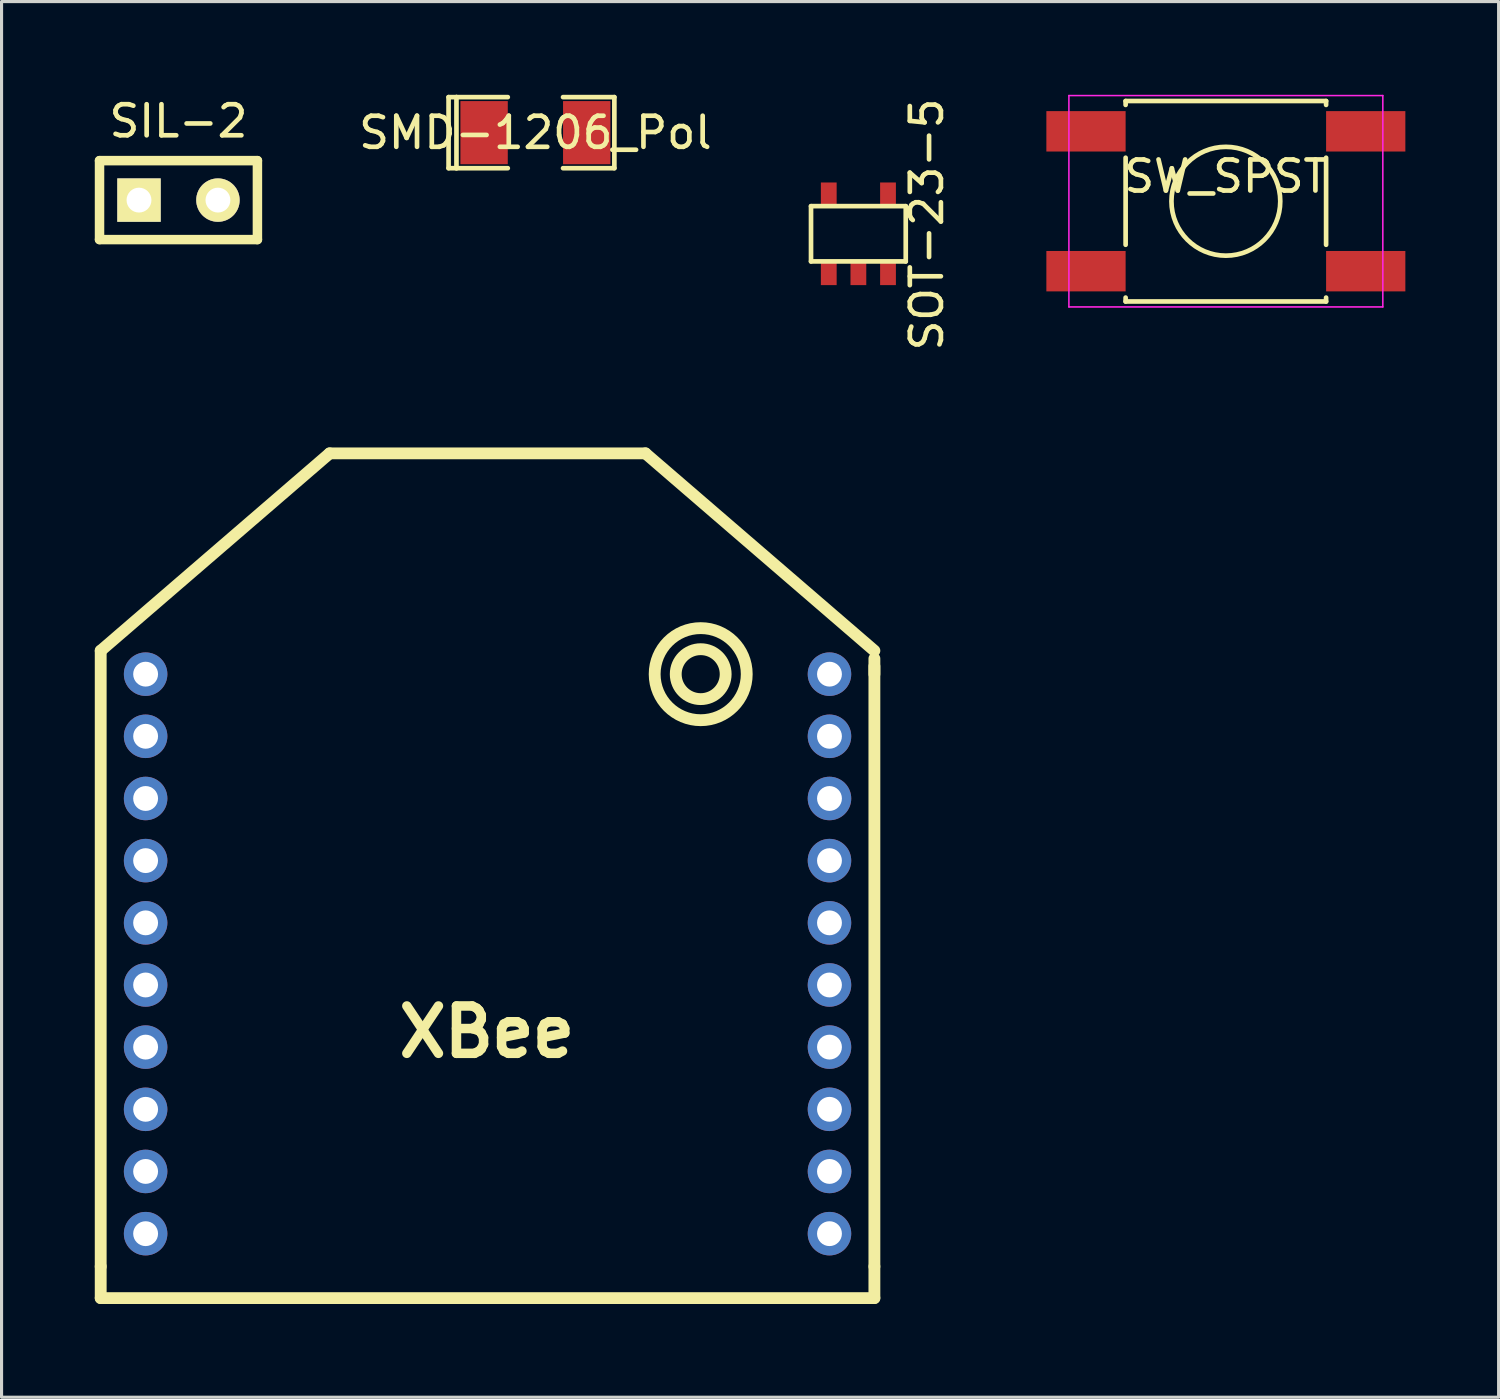
<source format=kicad_pcb>
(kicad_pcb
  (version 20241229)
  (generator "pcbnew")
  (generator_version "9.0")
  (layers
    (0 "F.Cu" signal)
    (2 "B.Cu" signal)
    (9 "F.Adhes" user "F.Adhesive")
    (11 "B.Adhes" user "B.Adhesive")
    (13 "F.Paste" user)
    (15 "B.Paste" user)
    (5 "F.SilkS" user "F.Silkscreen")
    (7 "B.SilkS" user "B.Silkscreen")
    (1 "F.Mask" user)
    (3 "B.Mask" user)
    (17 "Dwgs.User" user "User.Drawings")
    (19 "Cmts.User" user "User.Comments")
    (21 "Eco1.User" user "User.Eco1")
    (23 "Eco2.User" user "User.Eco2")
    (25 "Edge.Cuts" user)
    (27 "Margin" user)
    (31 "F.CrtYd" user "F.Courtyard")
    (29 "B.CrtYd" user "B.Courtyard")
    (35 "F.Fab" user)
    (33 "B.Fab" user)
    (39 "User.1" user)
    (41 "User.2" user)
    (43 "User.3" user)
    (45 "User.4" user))
  (footprint "XBee"
    (layer "F.Cu")
    (at 12.636 18.64)
    (property "Reference" "XBee" (at -0.02 11.51 0) (layer "F.SilkS") (effects (font (size 1.524 1.524) (thickness 0.305))))
    (attr through_hole)
    (fp_line (start -12.446 -0.754) (end -5.08 -7.104) (stroke (width 0.381) (type solid)) (layer "F.SilkS"))
    (fp_line (start -12.446 19.058) (end -12.446 -0.754) (stroke (width 0.381) (type solid)) (layer "F.SilkS"))
    (fp_line (start -12.446 19.058) (end -12.446 20.074) (stroke (width 0.381) (type solid)) (layer "F.SilkS"))
    (fp_line (start -12.446 20.074) (end 12.446 20.074) (stroke (width 0.381) (type solid)) (layer "F.SilkS"))
    (fp_line (start -5.08 -7.104) (end 5.08 -7.104) (stroke (width 0.381) (type solid)) (layer "F.SilkS"))
    (fp_line (start 12.446 -0.754) (end 5.08 -7.104) (stroke (width 0.381) (type solid)) (layer "F.SilkS"))
    (fp_line (start 12.446 0) (end 12.446 -0.254) (stroke (width 0.381) (type solid)) (layer "F.SilkS"))
    (fp_line (start 12.446 19.058) (end 12.446 -0.5) (stroke (width 0.381) (type solid)) (layer "F.SilkS"))
    (fp_line (start 12.446 19.058) (end 12.446 20.074) (stroke (width 0.381) (type solid)) (layer "F.SilkS"))
    (fp_circle (center 6.858 0) (end 7.62 0.254) (stroke (width 0.381) (type solid)) (fill no) (layer "F.SilkS"))
    (fp_circle (center 6.858 0) (end 8.128 0.762) (stroke (width 0.381) (type solid)) (fill no) (layer "F.SilkS"))
    (pad "1" thru_hole circle (at -11.001 0) (size 1.4 1.4) (drill 0.8) (layers "*.Cu" "*.Mask"))
    (pad "2" thru_hole circle (at -11.001 1.999) (size 1.4 1.4) (drill 0.8) (layers "*.Cu" "*.Mask"))
    (pad "3" thru_hole circle (at -11.001 4) (size 1.4 1.4) (drill 0.8) (layers "*.Cu" "*.Mask"))
    (pad "4" thru_hole circle (at -11.001 5.999) (size 1.4 1.4) (drill 0.8) (layers "*.Cu" "*.Mask"))
    (pad "5" thru_hole circle (at -11.001 8.001) (size 1.4 1.4) (drill 0.8) (layers "*.Cu" "*.Mask"))
    (pad "6" thru_hole circle (at -11.001 10) (size 1.4 1.4) (drill 0.8) (layers "*.Cu" "*.Mask"))
    (pad "7" thru_hole circle (at -11.001 11.999) (size 1.4 1.4) (drill 0.8) (layers "*.Cu" "*.Mask"))
    (pad "8" thru_hole circle (at -11.001 14) (size 1.4 1.4) (drill 0.8) (layers "*.Cu" "*.Mask"))
    (pad "9" thru_hole circle (at -11.001 15.999) (size 1.4 1.4) (drill 0.8) (layers "*.Cu" "*.Mask"))
    (pad "10" thru_hole circle (at -11.001 18.001) (size 1.4 1.4) (drill 0.8) (layers "*.Cu" "*.Mask"))
    (pad "11" thru_hole circle (at 11.001 18.001) (size 1.4 1.4) (drill 0.8) (layers "*.Cu" "*.Mask"))
    (pad "12" thru_hole circle (at 11.001 15.999) (size 1.4 1.4) (drill 0.8) (layers "*.Cu" "*.Mask"))
    (pad "13" thru_hole circle (at 11.001 14) (size 1.4 1.4) (drill 0.8) (layers "*.Cu" "*.Mask"))
    (pad "14" thru_hole circle (at 11.001 11.999) (size 1.4 1.4) (drill 0.8) (layers "*.Cu" "*.Mask"))
    (pad "15" thru_hole circle (at 11.001 10) (size 1.4 1.4) (drill 0.8) (layers "*.Cu" "*.Mask"))
    (pad "16" thru_hole circle (at 11.001 8.001) (size 1.4 1.4) (drill 0.8) (layers "*.Cu" "*.Mask"))
    (pad "17" thru_hole circle (at 11.001 5.999) (size 1.4 1.4) (drill 0.8) (layers "*.Cu" "*.Mask"))
    (pad "18" thru_hole circle (at 11.001 4) (size 1.4 1.4) (drill 0.8) (layers "*.Cu" "*.Mask"))
    (pad "19" thru_hole circle (at 11.001 1.999) (size 1.4 1.4) (drill 0.8) (layers "*.Cu" "*.Mask"))
    (pad "20" thru_hole circle (at 11.001 0) (size 1.4 1.4) (drill 0.8) (layers "*.Cu" "*.Mask")))
  (footprint "SW_SPST"
    (layer "F.Cu")
    (at 36.39 3.425)
    (property "Reference" "SW_SPST" (at 0 -0.8 0) (layer "F.SilkS") (effects (font (size 1 1) (thickness 0.15))))
    (attr through_hole)
    (fp_line (start -3.225 -3.225) (end 3.225 -3.225) (stroke (width 0.15) (type solid)) (layer "F.SilkS"))
    (fp_line (start -3.225 -3.1) (end -3.225 -3.225) (stroke (width 0.15) (type solid)) (layer "F.SilkS"))
    (fp_line (start -3.225 -1.4) (end -3.225 1.4) (stroke (width 0.15) (type solid)) (layer "F.SilkS"))
    (fp_line (start -3.225 3.225) (end -3.225 3.1) (stroke (width 0.15) (type solid)) (layer "F.SilkS"))
    (fp_line (start -3.225 3.225) (end 3.225 3.225) (stroke (width 0.15) (type solid)) (layer "F.SilkS"))
    (fp_line (start 3.225 -3.225) (end 3.225 -3.1) (stroke (width 0.15) (type solid)) (layer "F.SilkS"))
    (fp_line (start 3.225 -1.4) (end 3.225 1.4) (stroke (width 0.15) (type solid)) (layer "F.SilkS"))
    (fp_line (start 3.225 3.225) (end 3.225 3.1) (stroke (width 0.15) (type solid)) (layer "F.SilkS"))
    (fp_circle (center 0 0) (end 1.75 -0.05) (stroke (width 0.15) (type solid)) (fill no) (layer "F.SilkS"))
    (fp_line (start -5.05 -3.4) (end -5.05 3.4) (stroke (width 0.05) (type solid)) (layer "F.CrtYd"))
    (fp_line (start -5.05 -3.4) (end 5.05 -3.4) (stroke (width 0.05) (type solid)) (layer "F.CrtYd"))
    (fp_line (start -5.05 3.4) (end 5.05 3.4) (stroke (width 0.05) (type solid)) (layer "F.CrtYd"))
    (fp_line (start 5.05 3.4) (end 5.05 -3.4) (stroke (width 0.05) (type solid)) (layer "F.CrtYd"))
    (pad "1" smd rect (at -4.5 -2.25) (size 2.55 1.3) (layers "F.Cu" "F.Mask" "F.Paste"))
    (pad "1" smd rect (at 4.5 -2.25) (size 2.55 1.3) (layers "F.Cu" "F.Mask" "F.Paste"))
    (pad "2" smd rect (at -4.5 2.25) (size 2.55 1.3) (layers "F.Cu" "F.Mask" "F.Paste"))
    (pad "2" smd rect (at 4.5 2.25) (size 2.55 1.3) (layers "F.Cu" "F.Mask" "F.Paste")))
  (footprint "SIL-2"
    (layer "F.Cu")
    (at 2.692 3.388)
    (property "Reference" "SIL-2" (at 0 -2.54 0) (layer "F.SilkS") (effects (font (size 1 1) (thickness 0.15))))
    (attr through_hole)
    (fp_line (start -2.54 -1.27) (end 2.54 -1.27) (stroke (width 0.305) (type solid)) (layer "F.SilkS"))
    (fp_line (start -2.54 1.27) (end -2.54 -1.27) (stroke (width 0.305) (type solid)) (layer "F.SilkS"))
    (fp_line (start 2.54 -1.27) (end 2.54 1.27) (stroke (width 0.305) (type solid)) (layer "F.SilkS"))
    (fp_line (start 2.54 1.27) (end -2.54 1.27) (stroke (width 0.305) (type solid)) (layer "F.SilkS"))
    (pad "1" thru_hole rect (at -1.27 0) (size 1.397 1.397) (drill 0.8) (layers "*.Cu" "*.Mask" "F.SilkS"))
    (pad "2" thru_hole circle (at 1.27 0) (size 1.397 1.397) (drill 0.8) (layers "*.Cu" "*.Mask" "F.SilkS")))
  (footprint "SOT-23-5"
    (layer "F.Cu")
    (at 24.567 4.472)
    (property "Reference" "SOT-23-5" (at 2.2 -0.3 90) (layer "F.SilkS") (effects (font (size 1 1) (thickness 0.15))))
    (attr smd)
    (fp_line (start -1.524 -0.889) (end 1.524 -0.889) (stroke (width 0.15) (type solid)) (layer "F.SilkS"))
    (fp_line (start -1.524 0.889) (end -1.524 -0.889) (stroke (width 0.15) (type solid)) (layer "F.SilkS"))
    (fp_line (start 1.524 -0.889) (end 1.524 0.889) (stroke (width 0.15) (type solid)) (layer "F.SilkS"))
    (fp_line (start 1.524 0.889) (end -1.524 0.889) (stroke (width 0.15) (type solid)) (layer "F.SilkS"))
    (pad "1" smd rect (at -0.953 1.27) (size 0.508 0.762) (layers "F.Cu" "F.Mask" "F.Paste"))
    (pad "2" smd rect (at 0 1.27) (size 0.508 0.762) (layers "F.Cu" "F.Mask" "F.Paste"))
    (pad "3" smd rect (at 0.953 1.27) (size 0.508 0.762) (layers "F.Cu" "F.Mask" "F.Paste"))
    (pad "4" smd rect (at 0.953 -1.27) (size 0.508 0.762) (layers "F.Cu" "F.Mask" "F.Paste"))
    (pad "5" smd rect (at -0.953 -1.27) (size 0.508 0.762) (layers "F.Cu" "F.Mask" "F.Paste")))
  (footprint "SMD-1206_Pol"
    (layer "F.Cu")
    (at 14.176 1.218)
    (property "Reference" "SMD-1206_Pol" (at 0 0 0) (layer "F.SilkS") (effects (font (size 1 1) (thickness 0.15))))
    (attr smd)
    (fp_line (start -2.794 -1.143) (end -2.794 1.143) (stroke (width 0.15) (type solid)) (layer "F.SilkS"))
    (fp_line (start -2.794 1.143) (end -2.54 1.143) (stroke (width 0.15) (type solid)) (layer "F.SilkS"))
    (fp_line (start -2.54 -1.143) (end -2.794 -1.143) (stroke (width 0.15) (type solid)) (layer "F.SilkS"))
    (fp_line (start -2.54 -1.143) (end -2.54 1.143) (stroke (width 0.15) (type solid)) (layer "F.SilkS"))
    (fp_line (start -2.54 1.143) (end -0.889 1.143) (stroke (width 0.15) (type solid)) (layer "F.SilkS"))
    (fp_line (start -0.889 -1.143) (end -2.54 -1.143) (stroke (width 0.15) (type solid)) (layer "F.SilkS"))
    (fp_line (start 0.889 -1.143) (end 2.54 -1.143) (stroke (width 0.15) (type solid)) (layer "F.SilkS"))
    (fp_line (start 2.54 -1.143) (end 2.54 1.143) (stroke (width 0.15) (type solid)) (layer "F.SilkS"))
    (fp_line (start 2.54 1.143) (end 0.889 1.143) (stroke (width 0.15) (type solid)) (layer "F.SilkS"))
    (pad "1" smd rect (at -1.651 0) (size 1.524 2.032) (layers "F.Cu" "F.Mask" "F.Paste"))
    (pad "2" smd rect (at 1.651 0) (size 1.524 2.032) (layers "F.Cu" "F.Mask" "F.Paste")))
  (gr_rect
    (start -3 -3)
    (end 45.165 41.904)
    (stroke (width 0.1) (type default))
    (fill no)
    (layer "Edge.Cuts")))
</source>
